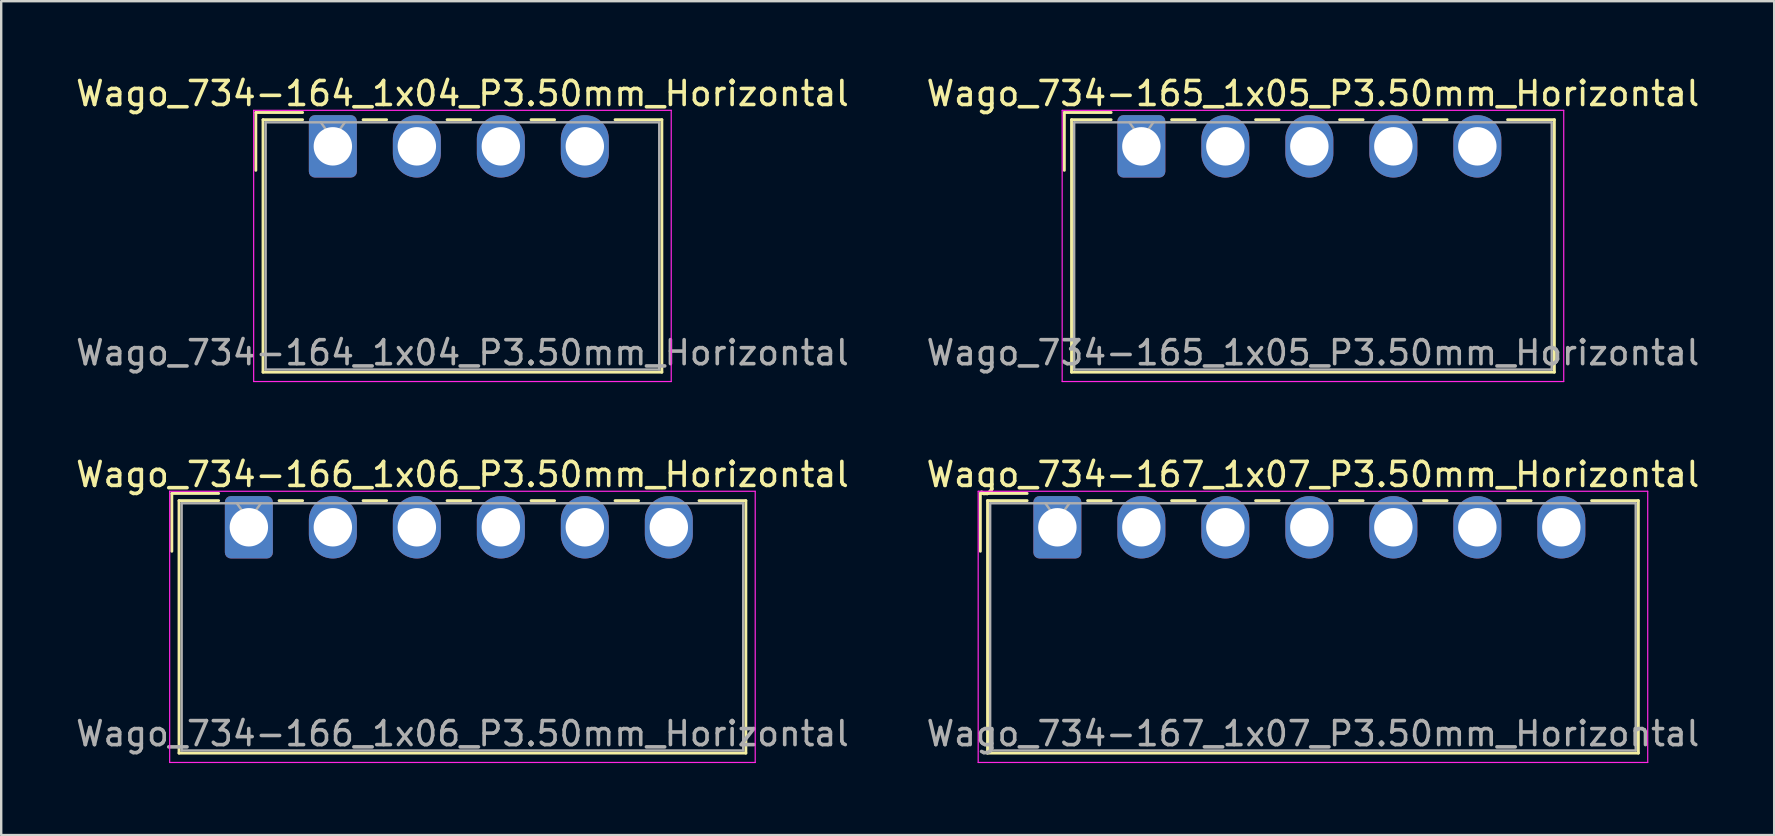
<source format=kicad_pcb>
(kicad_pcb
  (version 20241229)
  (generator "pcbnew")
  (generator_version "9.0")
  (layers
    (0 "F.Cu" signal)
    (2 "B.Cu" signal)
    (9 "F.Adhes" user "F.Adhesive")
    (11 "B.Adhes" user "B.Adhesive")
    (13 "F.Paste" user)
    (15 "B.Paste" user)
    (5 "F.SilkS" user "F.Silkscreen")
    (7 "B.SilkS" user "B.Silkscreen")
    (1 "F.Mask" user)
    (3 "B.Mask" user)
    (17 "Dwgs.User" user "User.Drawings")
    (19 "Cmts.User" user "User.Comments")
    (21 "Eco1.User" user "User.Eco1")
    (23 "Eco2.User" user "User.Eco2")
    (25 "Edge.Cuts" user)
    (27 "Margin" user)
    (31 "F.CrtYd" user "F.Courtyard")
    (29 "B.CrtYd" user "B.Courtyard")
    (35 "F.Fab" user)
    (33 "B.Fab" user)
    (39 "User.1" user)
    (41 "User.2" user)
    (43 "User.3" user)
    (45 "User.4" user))
  (footprint "Wago_734-166_1x06_P3.50mm_Horizontal"
    (layer "F.Cu")
    (at 7.32 18.922)
    (property "Reference" "Wago_734-166_1x06_P3.50mm_Horizontal" (at 8.9 -2.2 0) (layer "F.SilkS") (effects (font (size 1 1) (thickness 0.15))))
    (attr through_hole)
    (fp_line (start -3.21 -1.41) (end -1.26 -1.41) (stroke (width 0.12) (type solid)) (layer "F.SilkS"))
    (fp_line (start -3.21 1) (end -3.21 -1.41) (stroke (width 0.12) (type solid)) (layer "F.SilkS"))
    (fp_line (start -2.91 -1.11) (end -2.91 9.41) (stroke (width 0.12) (type solid)) (layer "F.SilkS"))
    (fp_line (start -2.91 9.41) (end 20.71 9.41) (stroke (width 0.12) (type solid)) (layer "F.SilkS"))
    (fp_line (start -1.26 -1.11) (end -2.91 -1.11) (stroke (width 0.12) (type solid)) (layer "F.SilkS"))
    (fp_line (start 1.26 -1.11) (end 2.24 -1.11) (stroke (width 0.12) (type solid)) (layer "F.SilkS"))
    (fp_line (start 4.76 -1.11) (end 5.74 -1.11) (stroke (width 0.12) (type solid)) (layer "F.SilkS"))
    (fp_line (start 8.26 -1.11) (end 9.24 -1.11) (stroke (width 0.12) (type solid)) (layer "F.SilkS"))
    (fp_line (start 11.76 -1.11) (end 12.74 -1.11) (stroke (width 0.12) (type solid)) (layer "F.SilkS"))
    (fp_line (start 15.26 -1.11) (end 16.24 -1.11) (stroke (width 0.12) (type solid)) (layer "F.SilkS"))
    (fp_line (start 20.71 -1.11) (end 18.76 -1.11) (stroke (width 0.12) (type solid)) (layer "F.SilkS"))
    (fp_line (start 20.71 9.41) (end 20.71 -1.11) (stroke (width 0.12) (type solid)) (layer "F.SilkS"))
    (fp_line (start -3.3 -1.5) (end -3.3 9.8) (stroke (width 0.05) (type solid)) (layer "F.CrtYd"))
    (fp_line (start -3.3 9.8) (end 21.1 9.8) (stroke (width 0.05) (type solid)) (layer "F.CrtYd"))
    (fp_line (start 21.1 -1.5) (end -3.3 -1.5) (stroke (width 0.05) (type solid)) (layer "F.CrtYd"))
    (fp_line (start 21.1 9.8) (end 21.1 -1.5) (stroke (width 0.05) (type solid)) (layer "F.CrtYd"))
    (fp_line (start -2.8 -1) (end -2.8 9.3) (stroke (width 0.1) (type solid)) (layer "F.Fab"))
    (fp_line (start -2.8 9.3) (end 20.6 9.3) (stroke (width 0.1) (type solid)) (layer "F.Fab"))
    (fp_line (start -0.5 -1) (end 0 -0.293) (stroke (width 0.1) (type solid)) (layer "F.Fab"))
    (fp_line (start 0 -0.293) (end 0.5 -1) (stroke (width 0.1) (type solid)) (layer "F.Fab"))
    (fp_line (start 20.6 -1) (end -2.8 -1) (stroke (width 0.1) (type solid)) (layer "F.Fab"))
    (fp_line (start 20.6 9.3) (end 20.6 -1) (stroke (width 0.1) (type solid)) (layer "F.Fab"))
    (fp_text user "${REFERENCE}" (at 8.9 8.6 0) (layer "F.Fab") (effects (font (size 1 1) (thickness 0.15))))
    (pad "1" thru_hole roundrect (at 0 0) (size 2 2.6) (drill 1.6) (layers "*.Cu" "*.Mask") (roundrect_rratio 0.125))
    (pad "2" thru_hole oval (at 3.5 0) (size 2 2.6) (drill 1.6) (layers "*.Cu" "*.Mask"))
    (pad "3" thru_hole oval (at 7 0) (size 2 2.6) (drill 1.6) (layers "*.Cu" "*.Mask"))
    (pad "4" thru_hole oval (at 10.5 0) (size 2 2.6) (drill 1.6) (layers "*.Cu" "*.Mask"))
    (pad "5" thru_hole oval (at 14 0) (size 2 2.6) (drill 1.6) (layers "*.Cu" "*.Mask"))
    (pad "6" thru_hole oval (at 17.5 0) (size 2 2.6) (drill 1.6) (layers "*.Cu" "*.Mask")))
  (footprint "Wago_734-165_1x05_P3.50mm_Horizontal"
    (layer "F.Cu")
    (at 44.511 3.048)
    (property "Reference" "Wago_734-165_1x05_P3.50mm_Horizontal" (at 7.15 -2.2 0) (layer "F.SilkS") (effects (font (size 1 1) (thickness 0.15))))
    (attr through_hole)
    (fp_line (start -3.21 -1.41) (end -1.26 -1.41) (stroke (width 0.12) (type solid)) (layer "F.SilkS"))
    (fp_line (start -3.21 1) (end -3.21 -1.41) (stroke (width 0.12) (type solid)) (layer "F.SilkS"))
    (fp_line (start -2.91 -1.11) (end -2.91 9.41) (stroke (width 0.12) (type solid)) (layer "F.SilkS"))
    (fp_line (start -2.91 9.41) (end 17.21 9.41) (stroke (width 0.12) (type solid)) (layer "F.SilkS"))
    (fp_line (start -1.26 -1.11) (end -2.91 -1.11) (stroke (width 0.12) (type solid)) (layer "F.SilkS"))
    (fp_line (start 1.26 -1.11) (end 2.24 -1.11) (stroke (width 0.12) (type solid)) (layer "F.SilkS"))
    (fp_line (start 4.76 -1.11) (end 5.74 -1.11) (stroke (width 0.12) (type solid)) (layer "F.SilkS"))
    (fp_line (start 8.26 -1.11) (end 9.24 -1.11) (stroke (width 0.12) (type solid)) (layer "F.SilkS"))
    (fp_line (start 11.76 -1.11) (end 12.74 -1.11) (stroke (width 0.12) (type solid)) (layer "F.SilkS"))
    (fp_line (start 17.21 -1.11) (end 15.26 -1.11) (stroke (width 0.12) (type solid)) (layer "F.SilkS"))
    (fp_line (start 17.21 9.41) (end 17.21 -1.11) (stroke (width 0.12) (type solid)) (layer "F.SilkS"))
    (fp_line (start -3.3 -1.5) (end -3.3 9.8) (stroke (width 0.05) (type solid)) (layer "F.CrtYd"))
    (fp_line (start -3.3 9.8) (end 17.6 9.8) (stroke (width 0.05) (type solid)) (layer "F.CrtYd"))
    (fp_line (start 17.6 -1.5) (end -3.3 -1.5) (stroke (width 0.05) (type solid)) (layer "F.CrtYd"))
    (fp_line (start 17.6 9.8) (end 17.6 -1.5) (stroke (width 0.05) (type solid)) (layer "F.CrtYd"))
    (fp_line (start -2.8 -1) (end -2.8 9.3) (stroke (width 0.1) (type solid)) (layer "F.Fab"))
    (fp_line (start -2.8 9.3) (end 17.1 9.3) (stroke (width 0.1) (type solid)) (layer "F.Fab"))
    (fp_line (start -0.5 -1) (end 0 -0.293) (stroke (width 0.1) (type solid)) (layer "F.Fab"))
    (fp_line (start 0 -0.293) (end 0.5 -1) (stroke (width 0.1) (type solid)) (layer "F.Fab"))
    (fp_line (start 17.1 -1) (end -2.8 -1) (stroke (width 0.1) (type solid)) (layer "F.Fab"))
    (fp_line (start 17.1 9.3) (end 17.1 -1) (stroke (width 0.1) (type solid)) (layer "F.Fab"))
    (fp_text user "${REFERENCE}" (at 7.15 8.6 0) (layer "F.Fab") (effects (font (size 1 1) (thickness 0.15))))
    (pad "1" thru_hole roundrect (at 0 0) (size 2 2.6) (drill 1.6) (layers "*.Cu" "*.Mask") (roundrect_rratio 0.125))
    (pad "2" thru_hole oval (at 3.5 0) (size 2 2.6) (drill 1.6) (layers "*.Cu" "*.Mask"))
    (pad "3" thru_hole oval (at 7 0) (size 2 2.6) (drill 1.6) (layers "*.Cu" "*.Mask"))
    (pad "4" thru_hole oval (at 10.5 0) (size 2 2.6) (drill 1.6) (layers "*.Cu" "*.Mask"))
    (pad "5" thru_hole oval (at 14 0) (size 2 2.6) (drill 1.6) (layers "*.Cu" "*.Mask")))
  (footprint "Wago_734-164_1x04_P3.50mm_Horizontal"
    (layer "F.Cu")
    (at 10.82 3.048)
    (property "Reference" "Wago_734-164_1x04_P3.50mm_Horizontal" (at 5.4 -2.2 0) (layer "F.SilkS") (effects (font (size 1 1) (thickness 0.15))))
    (attr through_hole)
    (fp_line (start -3.21 -1.41) (end -1.26 -1.41) (stroke (width 0.12) (type solid)) (layer "F.SilkS"))
    (fp_line (start -3.21 1) (end -3.21 -1.41) (stroke (width 0.12) (type solid)) (layer "F.SilkS"))
    (fp_line (start -2.91 -1.11) (end -2.91 9.41) (stroke (width 0.12) (type solid)) (layer "F.SilkS"))
    (fp_line (start -2.91 9.41) (end 13.71 9.41) (stroke (width 0.12) (type solid)) (layer "F.SilkS"))
    (fp_line (start -1.26 -1.11) (end -2.91 -1.11) (stroke (width 0.12) (type solid)) (layer "F.SilkS"))
    (fp_line (start 1.26 -1.11) (end 2.24 -1.11) (stroke (width 0.12) (type solid)) (layer "F.SilkS"))
    (fp_line (start 4.76 -1.11) (end 5.74 -1.11) (stroke (width 0.12) (type solid)) (layer "F.SilkS"))
    (fp_line (start 8.26 -1.11) (end 9.24 -1.11) (stroke (width 0.12) (type solid)) (layer "F.SilkS"))
    (fp_line (start 13.71 -1.11) (end 11.76 -1.11) (stroke (width 0.12) (type solid)) (layer "F.SilkS"))
    (fp_line (start 13.71 9.41) (end 13.71 -1.11) (stroke (width 0.12) (type solid)) (layer "F.SilkS"))
    (fp_line (start -3.3 -1.5) (end -3.3 9.8) (stroke (width 0.05) (type solid)) (layer "F.CrtYd"))
    (fp_line (start -3.3 9.8) (end 14.1 9.8) (stroke (width 0.05) (type solid)) (layer "F.CrtYd"))
    (fp_line (start 14.1 -1.5) (end -3.3 -1.5) (stroke (width 0.05) (type solid)) (layer "F.CrtYd"))
    (fp_line (start 14.1 9.8) (end 14.1 -1.5) (stroke (width 0.05) (type solid)) (layer "F.CrtYd"))
    (fp_line (start -2.8 -1) (end -2.8 9.3) (stroke (width 0.1) (type solid)) (layer "F.Fab"))
    (fp_line (start -2.8 9.3) (end 13.6 9.3) (stroke (width 0.1) (type solid)) (layer "F.Fab"))
    (fp_line (start -0.5 -1) (end 0 -0.293) (stroke (width 0.1) (type solid)) (layer "F.Fab"))
    (fp_line (start 0 -0.293) (end 0.5 -1) (stroke (width 0.1) (type solid)) (layer "F.Fab"))
    (fp_line (start 13.6 -1) (end -2.8 -1) (stroke (width 0.1) (type solid)) (layer "F.Fab"))
    (fp_line (start 13.6 9.3) (end 13.6 -1) (stroke (width 0.1) (type solid)) (layer "F.Fab"))
    (fp_text user "${REFERENCE}" (at 5.4 8.6 0) (layer "F.Fab") (effects (font (size 1 1) (thickness 0.15))))
    (pad "1" thru_hole roundrect (at 0 0) (size 2 2.6) (drill 1.6) (layers "*.Cu" "*.Mask") (roundrect_rratio 0.125))
    (pad "2" thru_hole oval (at 3.5 0) (size 2 2.6) (drill 1.6) (layers "*.Cu" "*.Mask"))
    (pad "3" thru_hole oval (at 7 0) (size 2 2.6) (drill 1.6) (layers "*.Cu" "*.Mask"))
    (pad "4" thru_hole oval (at 10.5 0) (size 2 2.6) (drill 1.6) (layers "*.Cu" "*.Mask")))
  (footprint "Wago_734-167_1x07_P3.50mm_Horizontal"
    (layer "F.Cu")
    (at 41.011 18.922)
    (property "Reference" "Wago_734-167_1x07_P3.50mm_Horizontal" (at 10.65 -2.2 0) (layer "F.SilkS") (effects (font (size 1 1) (thickness 0.15))))
    (attr through_hole)
    (fp_line (start -3.21 -1.41) (end -1.26 -1.41) (stroke (width 0.12) (type solid)) (layer "F.SilkS"))
    (fp_line (start -3.21 1) (end -3.21 -1.41) (stroke (width 0.12) (type solid)) (layer "F.SilkS"))
    (fp_line (start -2.91 -1.11) (end -2.91 9.41) (stroke (width 0.12) (type solid)) (layer "F.SilkS"))
    (fp_line (start -2.91 9.41) (end 24.21 9.41) (stroke (width 0.12) (type solid)) (layer "F.SilkS"))
    (fp_line (start -1.26 -1.11) (end -2.91 -1.11) (stroke (width 0.12) (type solid)) (layer "F.SilkS"))
    (fp_line (start 1.26 -1.11) (end 2.24 -1.11) (stroke (width 0.12) (type solid)) (layer "F.SilkS"))
    (fp_line (start 4.76 -1.11) (end 5.74 -1.11) (stroke (width 0.12) (type solid)) (layer "F.SilkS"))
    (fp_line (start 8.26 -1.11) (end 9.24 -1.11) (stroke (width 0.12) (type solid)) (layer "F.SilkS"))
    (fp_line (start 11.76 -1.11) (end 12.74 -1.11) (stroke (width 0.12) (type solid)) (layer "F.SilkS"))
    (fp_line (start 15.26 -1.11) (end 16.24 -1.11) (stroke (width 0.12) (type solid)) (layer "F.SilkS"))
    (fp_line (start 18.76 -1.11) (end 19.74 -1.11) (stroke (width 0.12) (type solid)) (layer "F.SilkS"))
    (fp_line (start 24.21 -1.11) (end 22.26 -1.11) (stroke (width 0.12) (type solid)) (layer "F.SilkS"))
    (fp_line (start 24.21 9.41) (end 24.21 -1.11) (stroke (width 0.12) (type solid)) (layer "F.SilkS"))
    (fp_line (start -3.3 -1.5) (end -3.3 9.8) (stroke (width 0.05) (type solid)) (layer "F.CrtYd"))
    (fp_line (start -3.3 9.8) (end 24.6 9.8) (stroke (width 0.05) (type solid)) (layer "F.CrtYd"))
    (fp_line (start 24.6 -1.5) (end -3.3 -1.5) (stroke (width 0.05) (type solid)) (layer "F.CrtYd"))
    (fp_line (start 24.6 9.8) (end 24.6 -1.5) (stroke (width 0.05) (type solid)) (layer "F.CrtYd"))
    (fp_line (start -2.8 -1) (end -2.8 9.3) (stroke (width 0.1) (type solid)) (layer "F.Fab"))
    (fp_line (start -2.8 9.3) (end 24.1 9.3) (stroke (width 0.1) (type solid)) (layer "F.Fab"))
    (fp_line (start -0.5 -1) (end 0 -0.293) (stroke (width 0.1) (type solid)) (layer "F.Fab"))
    (fp_line (start 0 -0.293) (end 0.5 -1) (stroke (width 0.1) (type solid)) (layer "F.Fab"))
    (fp_line (start 24.1 -1) (end -2.8 -1) (stroke (width 0.1) (type solid)) (layer "F.Fab"))
    (fp_line (start 24.1 9.3) (end 24.1 -1) (stroke (width 0.1) (type solid)) (layer "F.Fab"))
    (fp_text user "${REFERENCE}" (at 10.65 8.6 0) (layer "F.Fab") (effects (font (size 1 1) (thickness 0.15))))
    (pad "1" thru_hole roundrect (at 0 0) (size 2 2.6) (drill 1.6) (layers "*.Cu" "*.Mask") (roundrect_rratio 0.125))
    (pad "2" thru_hole oval (at 3.5 0) (size 2 2.6) (drill 1.6) (layers "*.Cu" "*.Mask"))
    (pad "3" thru_hole oval (at 7 0) (size 2 2.6) (drill 1.6) (layers "*.Cu" "*.Mask"))
    (pad "4" thru_hole oval (at 10.5 0) (size 2 2.6) (drill 1.6) (layers "*.Cu" "*.Mask"))
    (pad "5" thru_hole oval (at 14 0) (size 2 2.6) (drill 1.6) (layers "*.Cu" "*.Mask"))
    (pad "6" thru_hole oval (at 17.5 0) (size 2 2.6) (drill 1.6) (layers "*.Cu" "*.Mask"))
    (pad "7" thru_hole oval (at 21 0) (size 2 2.6) (drill 1.6) (layers "*.Cu" "*.Mask")))
  (gr_rect
    (start -3 -3)
    (end 70.881 31.747)
    (stroke (width 0.1) (type default))
    (fill no)
    (layer "Edge.Cuts")))
</source>
